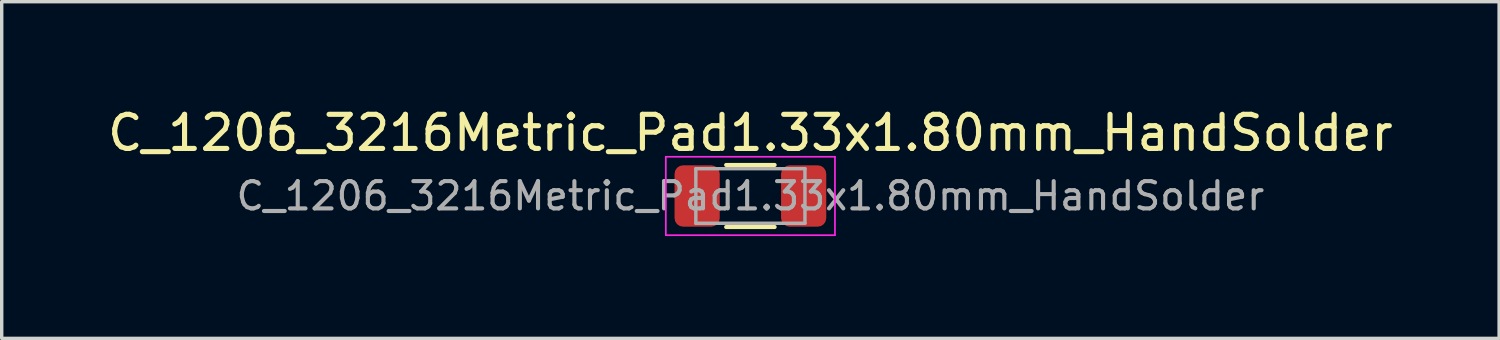
<source format=kicad_pcb>
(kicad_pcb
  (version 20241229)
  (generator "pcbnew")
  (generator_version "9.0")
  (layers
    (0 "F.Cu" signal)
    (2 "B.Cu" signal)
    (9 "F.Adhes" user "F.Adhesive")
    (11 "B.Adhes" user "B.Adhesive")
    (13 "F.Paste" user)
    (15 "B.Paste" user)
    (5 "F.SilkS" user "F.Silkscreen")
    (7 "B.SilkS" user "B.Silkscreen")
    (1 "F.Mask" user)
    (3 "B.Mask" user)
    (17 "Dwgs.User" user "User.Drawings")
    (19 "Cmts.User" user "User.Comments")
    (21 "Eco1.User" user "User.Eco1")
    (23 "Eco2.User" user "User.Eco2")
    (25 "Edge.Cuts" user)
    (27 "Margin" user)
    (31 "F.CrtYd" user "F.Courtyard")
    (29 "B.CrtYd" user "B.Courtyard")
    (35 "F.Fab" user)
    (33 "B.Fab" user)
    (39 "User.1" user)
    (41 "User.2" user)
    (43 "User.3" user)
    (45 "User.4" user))
  (footprint "C_1206_3216Metric_Pad1.33x1.80mm_HandSolder"
    (layer "F.Cu")
    (at 18.958 2.698)
    (property "Reference" "C_1206_3216Metric_Pad1.33x1.80mm_HandSolder" (at 0 -1.85 0) (layer "F.SilkS") (effects (font (size 1 1) (thickness 0.15))))
    (attr smd)
    (fp_line (start -0.711 -0.91) (end 0.711 -0.91) (stroke (width 0.12) (type solid)) (layer "F.SilkS"))
    (fp_line (start -0.711 0.91) (end 0.711 0.91) (stroke (width 0.12) (type solid)) (layer "F.SilkS"))
    (fp_line (start -2.48 -1.15) (end 2.48 -1.15) (stroke (width 0.05) (type solid)) (layer "F.CrtYd"))
    (fp_line (start -2.48 1.15) (end -2.48 -1.15) (stroke (width 0.05) (type solid)) (layer "F.CrtYd"))
    (fp_line (start 2.48 -1.15) (end 2.48 1.15) (stroke (width 0.05) (type solid)) (layer "F.CrtYd"))
    (fp_line (start 2.48 1.15) (end -2.48 1.15) (stroke (width 0.05) (type solid)) (layer "F.CrtYd"))
    (fp_line (start -1.6 -0.8) (end 1.6 -0.8) (stroke (width 0.1) (type solid)) (layer "F.Fab"))
    (fp_line (start -1.6 0.8) (end -1.6 -0.8) (stroke (width 0.1) (type solid)) (layer "F.Fab"))
    (fp_line (start 1.6 -0.8) (end 1.6 0.8) (stroke (width 0.1) (type solid)) (layer "F.Fab"))
    (fp_line (start 1.6 0.8) (end -1.6 0.8) (stroke (width 0.1) (type solid)) (layer "F.Fab"))
    (fp_text user "${REFERENCE}" (at 0 0 0) (layer "F.Fab") (effects (font (size 0.8 0.8) (thickness 0.12))))
    (pad "1" smd roundrect (at -1.562 0) (size 1.325 1.8) (layers "F.Cu" "F.Mask" "F.Paste") (roundrect_rratio 0.189))
    (pad "2" smd roundrect (at 1.562 0) (size 1.325 1.8) (layers "F.Cu" "F.Mask" "F.Paste") (roundrect_rratio 0.189)))
  (gr_rect
    (start -3 -3)
    (end 40.917 6.873)
    (stroke (width 0.1) (type default))
    (fill no)
    (layer "Edge.Cuts")))
</source>
